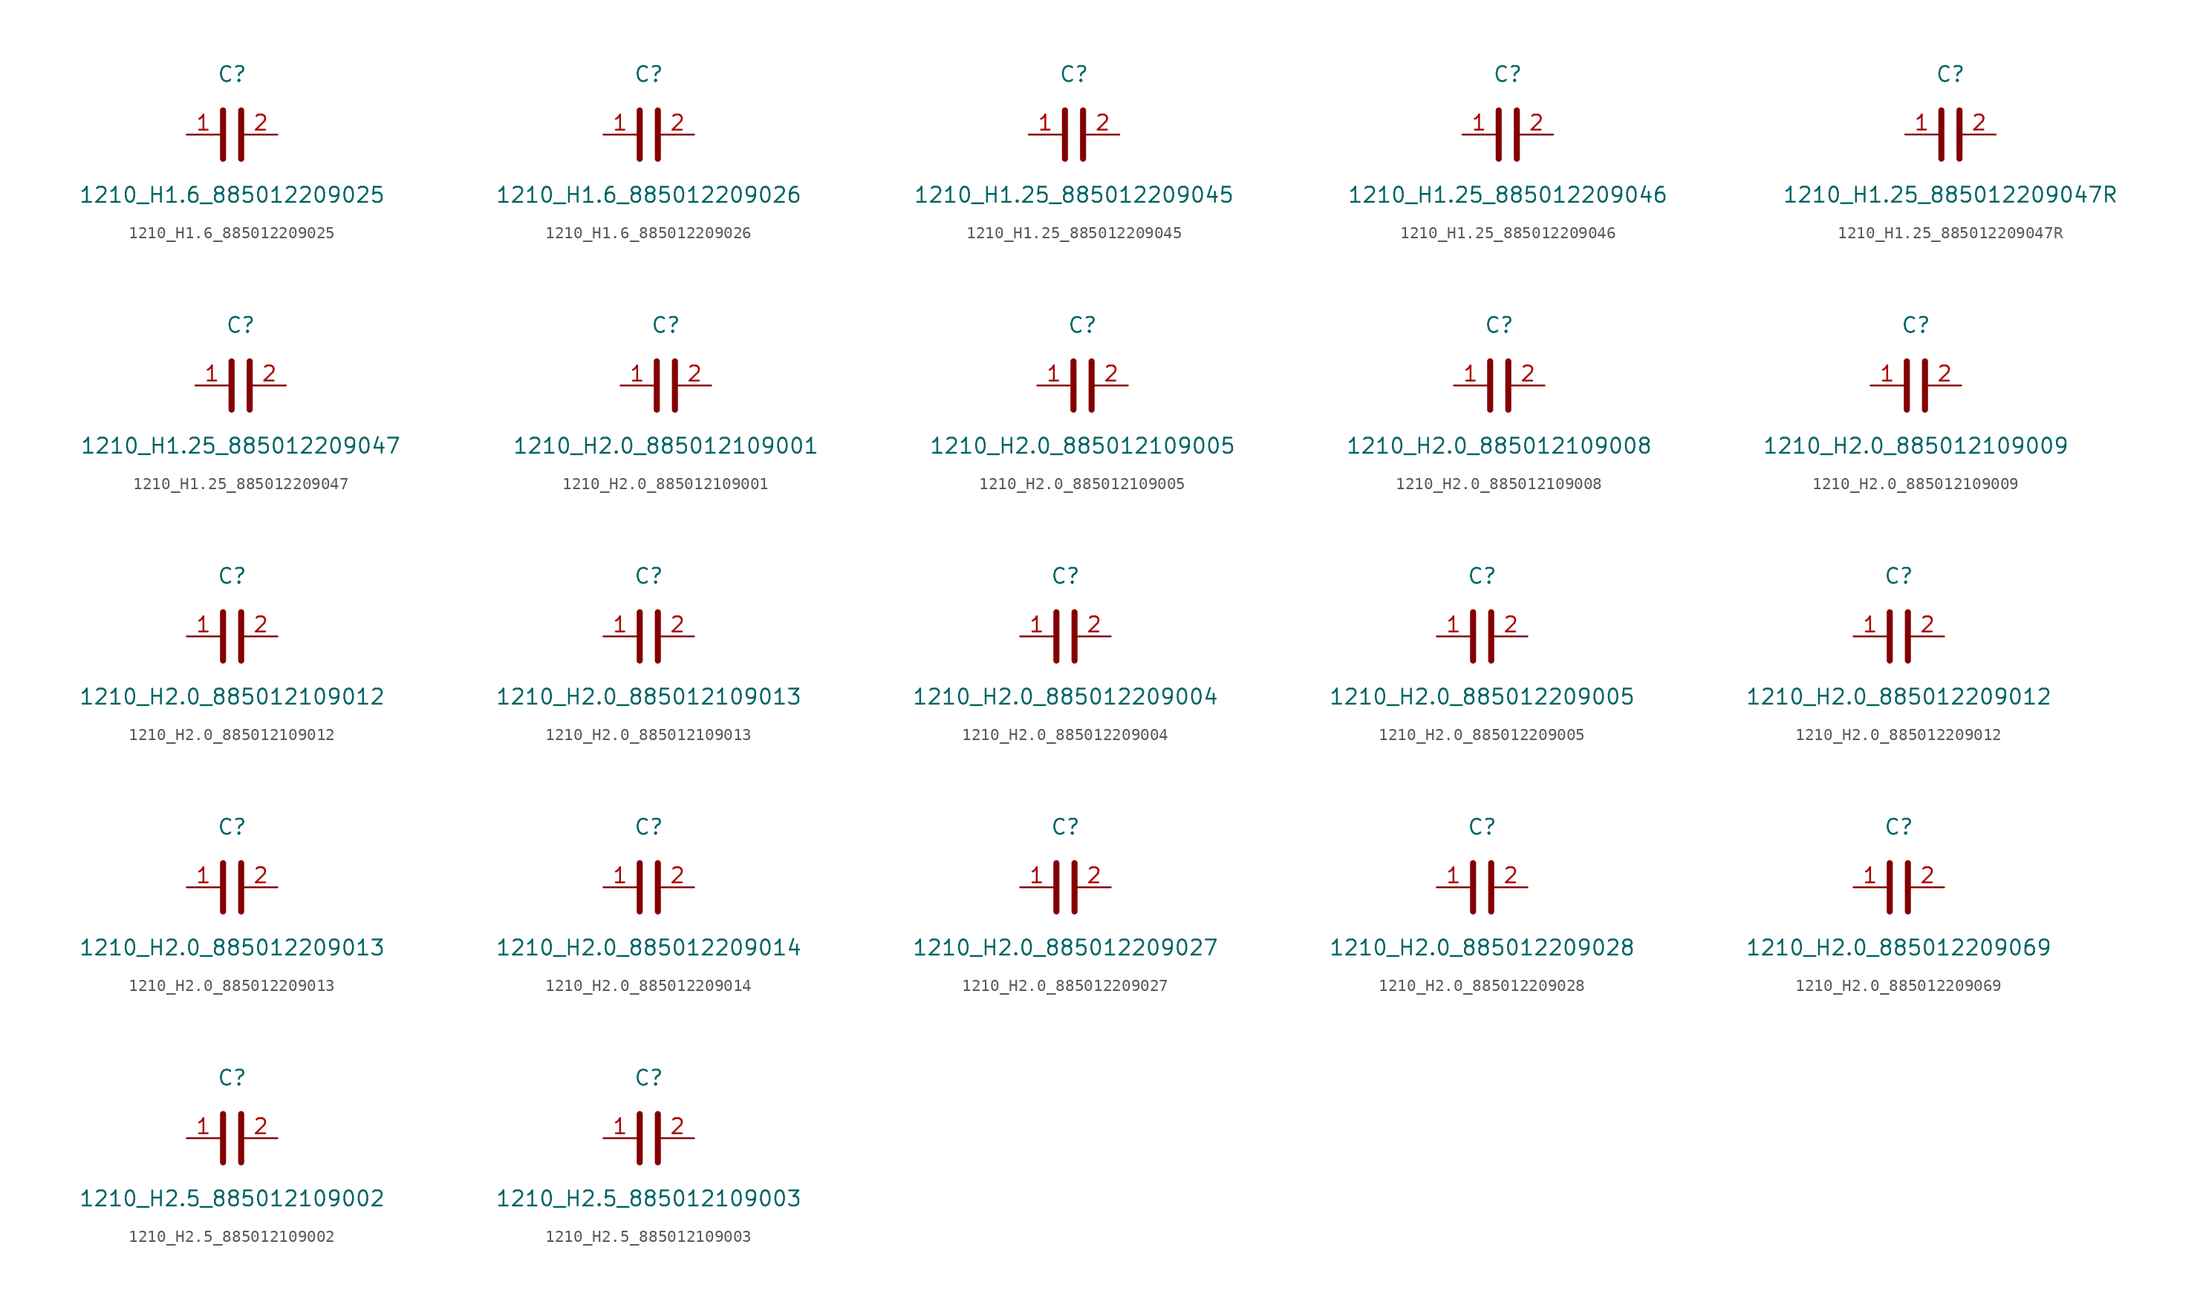
<source format=kicad_sym>
(kicad_symbol_lib
  (version 20220914)
  (generator kicad_symbol_editor)
  (symbol "1210_H1.6_885012209025"
    (pin_names hide)
    (property "Reference" "C"
      (at 0 5.08 0)
      (effects (font (size 1.27 1.27))))
    (property "Value" "1210_H1.6_885012209025"
      (at 0 -5.08 0)
      (effects (font (size 1.27 1.27))))
    (symbol "1210_H1.6_885012209025_0_1"
      (polyline (pts (xy -0.762 -2.032) (xy -0.762 2.032)) (stroke (width 0.508) (type default)) (fill (type none)))
      (polyline (pts (xy 0.762 -2.032) (xy 0.762 2.032)) (stroke (width 0.508) (type default)) (fill (type none))))
    (symbol "1210_H1.6_885012209025_1_1"
      (pin passive line (at -3.81 0 0) (length 2.794) (name "1" (effects (font (size 1.27 1.27)))) (number "1" (effects (font (size 1.27 1.27)))))
      (pin passive line (at 3.81 0 180) (length 2.794) (name "2" (effects (font (size 1.27 1.27)))) (number "2" (effects (font (size 1.27 1.27)))))))
  (symbol "1210_H1.6_885012209026"
    (pin_names hide)
    (property "Reference" "C"
      (at 0 5.08 0)
      (effects (font (size 1.27 1.27))))
    (property "Value" "1210_H1.6_885012209026"
      (at 0 -5.08 0)
      (effects (font (size 1.27 1.27))))
    (symbol "1210_H1.6_885012209026_0_1"
      (polyline (pts (xy -0.762 -2.032) (xy -0.762 2.032)) (stroke (width 0.508) (type default)) (fill (type none)))
      (polyline (pts (xy 0.762 -2.032) (xy 0.762 2.032)) (stroke (width 0.508) (type default)) (fill (type none))))
    (symbol "1210_H1.6_885012209026_1_1"
      (pin passive line (at -3.81 0 0) (length 2.794) (name "1" (effects (font (size 1.27 1.27)))) (number "1" (effects (font (size 1.27 1.27)))))
      (pin passive line (at 3.81 0 180) (length 2.794) (name "2" (effects (font (size 1.27 1.27)))) (number "2" (effects (font (size 1.27 1.27)))))))
  (symbol "1210_H1.25_885012209045"
    (pin_names hide)
    (property "Reference" "C"
      (at 0 5.08 0)
      (effects (font (size 1.27 1.27))))
    (property "Value" "1210_H1.25_885012209045"
      (at 0 -5.08 0)
      (effects (font (size 1.27 1.27))))
    (symbol "1210_H1.25_885012209045_0_1"
      (polyline (pts (xy -0.762 -2.032) (xy -0.762 2.032)) (stroke (width 0.508) (type default)) (fill (type none)))
      (polyline (pts (xy 0.762 -2.032) (xy 0.762 2.032)) (stroke (width 0.508) (type default)) (fill (type none))))
    (symbol "1210_H1.25_885012209045_1_1"
      (pin passive line (at -3.81 0 0) (length 2.794) (name "1" (effects (font (size 1.27 1.27)))) (number "1" (effects (font (size 1.27 1.27)))))
      (pin passive line (at 3.81 0 180) (length 2.794) (name "2" (effects (font (size 1.27 1.27)))) (number "2" (effects (font (size 1.27 1.27)))))))
  (symbol "1210_H1.25_885012209046"
    (pin_names hide)
    (property "Reference" "C"
      (at 0 5.08 0)
      (effects (font (size 1.27 1.27))))
    (property "Value" "1210_H1.25_885012209046"
      (at 0 -5.08 0)
      (effects (font (size 1.27 1.27))))
    (symbol "1210_H1.25_885012209046_0_1"
      (polyline (pts (xy -0.762 -2.032) (xy -0.762 2.032)) (stroke (width 0.508) (type default)) (fill (type none)))
      (polyline (pts (xy 0.762 -2.032) (xy 0.762 2.032)) (stroke (width 0.508) (type default)) (fill (type none))))
    (symbol "1210_H1.25_885012209046_1_1"
      (pin passive line (at -3.81 0 0) (length 2.794) (name "1" (effects (font (size 1.27 1.27)))) (number "1" (effects (font (size 1.27 1.27)))))
      (pin passive line (at 3.81 0 180) (length 2.794) (name "2" (effects (font (size 1.27 1.27)))) (number "2" (effects (font (size 1.27 1.27)))))))
  (symbol "1210_H1.25_885012209047R"
    (pin_names hide)
    (property "Reference" "C"
      (at 0 5.08 0)
      (effects (font (size 1.27 1.27))))
    (property "Value" "1210_H1.25_885012209047R"
      (at 0 -5.08 0)
      (effects (font (size 1.27 1.27))))
    (symbol "1210_H1.25_885012209047R_0_1"
      (polyline (pts (xy -0.762 -2.032) (xy -0.762 2.032)) (stroke (width 0.508) (type default)) (fill (type none)))
      (polyline (pts (xy 0.762 -2.032) (xy 0.762 2.032)) (stroke (width 0.508) (type default)) (fill (type none))))
    (symbol "1210_H1.25_885012209047R_1_1"
      (pin passive line (at -3.81 0 0) (length 2.794) (name "1" (effects (font (size 1.27 1.27)))) (number "1" (effects (font (size 1.27 1.27)))))
      (pin passive line (at 3.81 0 180) (length 2.794) (name "2" (effects (font (size 1.27 1.27)))) (number "2" (effects (font (size 1.27 1.27)))))))
  (symbol "1210_H1.25_885012209047"
    (pin_names hide)
    (property "Reference" "C"
      (at 0 5.08 0)
      (effects (font (size 1.27 1.27))))
    (property "Value" "1210_H1.25_885012209047"
      (at 0 -5.08 0)
      (effects (font (size 1.27 1.27))))
    (symbol "1210_H1.25_885012209047_0_1"
      (polyline (pts (xy -0.762 -2.032) (xy -0.762 2.032)) (stroke (width 0.508) (type default)) (fill (type none)))
      (polyline (pts (xy 0.762 -2.032) (xy 0.762 2.032)) (stroke (width 0.508) (type default)) (fill (type none))))
    (symbol "1210_H1.25_885012209047_1_1"
      (pin passive line (at -3.81 0 0) (length 2.794) (name "1" (effects (font (size 1.27 1.27)))) (number "1" (effects (font (size 1.27 1.27)))))
      (pin passive line (at 3.81 0 180) (length 2.794) (name "2" (effects (font (size 1.27 1.27)))) (number "2" (effects (font (size 1.27 1.27)))))))
  (symbol "1210_H2.0_885012109001"
    (pin_names hide)
    (property "Reference" "C"
      (at 0 5.08 0)
      (effects (font (size 1.27 1.27))))
    (property "Value" "1210_H2.0_885012109001"
      (at 0 -5.08 0)
      (effects (font (size 1.27 1.27))))
    (symbol "1210_H2.0_885012109001_0_1"
      (polyline (pts (xy -0.762 -2.032) (xy -0.762 2.032)) (stroke (width 0.508) (type default)) (fill (type none)))
      (polyline (pts (xy 0.762 -2.032) (xy 0.762 2.032)) (stroke (width 0.508) (type default)) (fill (type none))))
    (symbol "1210_H2.0_885012109001_1_1"
      (pin passive line (at -3.81 0 0) (length 2.794) (name "1" (effects (font (size 1.27 1.27)))) (number "1" (effects (font (size 1.27 1.27)))))
      (pin passive line (at 3.81 0 180) (length 2.794) (name "2" (effects (font (size 1.27 1.27)))) (number "2" (effects (font (size 1.27 1.27)))))))
  (symbol "1210_H2.0_885012109005"
    (pin_names hide)
    (property "Reference" "C"
      (at 0 5.08 0)
      (effects (font (size 1.27 1.27))))
    (property "Value" "1210_H2.0_885012109005"
      (at 0 -5.08 0)
      (effects (font (size 1.27 1.27))))
    (symbol "1210_H2.0_885012109005_0_1"
      (polyline (pts (xy -0.762 -2.032) (xy -0.762 2.032)) (stroke (width 0.508) (type default)) (fill (type none)))
      (polyline (pts (xy 0.762 -2.032) (xy 0.762 2.032)) (stroke (width 0.508) (type default)) (fill (type none))))
    (symbol "1210_H2.0_885012109005_1_1"
      (pin passive line (at -3.81 0 0) (length 2.794) (name "1" (effects (font (size 1.27 1.27)))) (number "1" (effects (font (size 1.27 1.27)))))
      (pin passive line (at 3.81 0 180) (length 2.794) (name "2" (effects (font (size 1.27 1.27)))) (number "2" (effects (font (size 1.27 1.27)))))))
  (symbol "1210_H2.0_885012109008"
    (pin_names hide)
    (property "Reference" "C"
      (at 0 5.08 0)
      (effects (font (size 1.27 1.27))))
    (property "Value" "1210_H2.0_885012109008"
      (at 0 -5.08 0)
      (effects (font (size 1.27 1.27))))
    (symbol "1210_H2.0_885012109008_0_1"
      (polyline (pts (xy -0.762 -2.032) (xy -0.762 2.032)) (stroke (width 0.508) (type default)) (fill (type none)))
      (polyline (pts (xy 0.762 -2.032) (xy 0.762 2.032)) (stroke (width 0.508) (type default)) (fill (type none))))
    (symbol "1210_H2.0_885012109008_1_1"
      (pin passive line (at -3.81 0 0) (length 2.794) (name "1" (effects (font (size 1.27 1.27)))) (number "1" (effects (font (size 1.27 1.27)))))
      (pin passive line (at 3.81 0 180) (length 2.794) (name "2" (effects (font (size 1.27 1.27)))) (number "2" (effects (font (size 1.27 1.27)))))))
  (symbol "1210_H2.0_885012109009"
    (pin_names hide)
    (property "Reference" "C"
      (at 0 5.08 0)
      (effects (font (size 1.27 1.27))))
    (property "Value" "1210_H2.0_885012109009"
      (at 0 -5.08 0)
      (effects (font (size 1.27 1.27))))
    (symbol "1210_H2.0_885012109009_0_1"
      (polyline (pts (xy -0.762 -2.032) (xy -0.762 2.032)) (stroke (width 0.508) (type default)) (fill (type none)))
      (polyline (pts (xy 0.762 -2.032) (xy 0.762 2.032)) (stroke (width 0.508) (type default)) (fill (type none))))
    (symbol "1210_H2.0_885012109009_1_1"
      (pin passive line (at -3.81 0 0) (length 2.794) (name "1" (effects (font (size 1.27 1.27)))) (number "1" (effects (font (size 1.27 1.27)))))
      (pin passive line (at 3.81 0 180) (length 2.794) (name "2" (effects (font (size 1.27 1.27)))) (number "2" (effects (font (size 1.27 1.27)))))))
  (symbol "1210_H2.0_885012109012"
    (pin_names hide)
    (property "Reference" "C"
      (at 0 5.08 0)
      (effects (font (size 1.27 1.27))))
    (property "Value" "1210_H2.0_885012109012"
      (at 0 -5.08 0)
      (effects (font (size 1.27 1.27))))
    (symbol "1210_H2.0_885012109012_0_1"
      (polyline (pts (xy -0.762 -2.032) (xy -0.762 2.032)) (stroke (width 0.508) (type default)) (fill (type none)))
      (polyline (pts (xy 0.762 -2.032) (xy 0.762 2.032)) (stroke (width 0.508) (type default)) (fill (type none))))
    (symbol "1210_H2.0_885012109012_1_1"
      (pin passive line (at -3.81 0 0) (length 2.794) (name "1" (effects (font (size 1.27 1.27)))) (number "1" (effects (font (size 1.27 1.27)))))
      (pin passive line (at 3.81 0 180) (length 2.794) (name "2" (effects (font (size 1.27 1.27)))) (number "2" (effects (font (size 1.27 1.27)))))))
  (symbol "1210_H2.0_885012109013"
    (pin_names hide)
    (property "Reference" "C"
      (at 0 5.08 0)
      (effects (font (size 1.27 1.27))))
    (property "Value" "1210_H2.0_885012109013"
      (at 0 -5.08 0)
      (effects (font (size 1.27 1.27))))
    (symbol "1210_H2.0_885012109013_0_1"
      (polyline (pts (xy -0.762 -2.032) (xy -0.762 2.032)) (stroke (width 0.508) (type default)) (fill (type none)))
      (polyline (pts (xy 0.762 -2.032) (xy 0.762 2.032)) (stroke (width 0.508) (type default)) (fill (type none))))
    (symbol "1210_H2.0_885012109013_1_1"
      (pin passive line (at -3.81 0 0) (length 2.794) (name "1" (effects (font (size 1.27 1.27)))) (number "1" (effects (font (size 1.27 1.27)))))
      (pin passive line (at 3.81 0 180) (length 2.794) (name "2" (effects (font (size 1.27 1.27)))) (number "2" (effects (font (size 1.27 1.27)))))))
  (symbol "1210_H2.0_885012209004"
    (pin_names hide)
    (property "Reference" "C"
      (at 0 5.08 0)
      (effects (font (size 1.27 1.27))))
    (property "Value" "1210_H2.0_885012209004"
      (at 0 -5.08 0)
      (effects (font (size 1.27 1.27))))
    (symbol "1210_H2.0_885012209004_0_1"
      (polyline (pts (xy -0.762 -2.032) (xy -0.762 2.032)) (stroke (width 0.508) (type default)) (fill (type none)))
      (polyline (pts (xy 0.762 -2.032) (xy 0.762 2.032)) (stroke (width 0.508) (type default)) (fill (type none))))
    (symbol "1210_H2.0_885012209004_1_1"
      (pin passive line (at -3.81 0 0) (length 2.794) (name "1" (effects (font (size 1.27 1.27)))) (number "1" (effects (font (size 1.27 1.27)))))
      (pin passive line (at 3.81 0 180) (length 2.794) (name "2" (effects (font (size 1.27 1.27)))) (number "2" (effects (font (size 1.27 1.27)))))))
  (symbol "1210_H2.0_885012209005"
    (pin_names hide)
    (property "Reference" "C"
      (at 0 5.08 0)
      (effects (font (size 1.27 1.27))))
    (property "Value" "1210_H2.0_885012209005"
      (at 0 -5.08 0)
      (effects (font (size 1.27 1.27))))
    (symbol "1210_H2.0_885012209005_0_1"
      (polyline (pts (xy -0.762 -2.032) (xy -0.762 2.032)) (stroke (width 0.508) (type default)) (fill (type none)))
      (polyline (pts (xy 0.762 -2.032) (xy 0.762 2.032)) (stroke (width 0.508) (type default)) (fill (type none))))
    (symbol "1210_H2.0_885012209005_1_1"
      (pin passive line (at -3.81 0 0) (length 2.794) (name "1" (effects (font (size 1.27 1.27)))) (number "1" (effects (font (size 1.27 1.27)))))
      (pin passive line (at 3.81 0 180) (length 2.794) (name "2" (effects (font (size 1.27 1.27)))) (number "2" (effects (font (size 1.27 1.27)))))))
  (symbol "1210_H2.0_885012209012"
    (pin_names hide)
    (property "Reference" "C"
      (at 0 5.08 0)
      (effects (font (size 1.27 1.27))))
    (property "Value" "1210_H2.0_885012209012"
      (at 0 -5.08 0)
      (effects (font (size 1.27 1.27))))
    (symbol "1210_H2.0_885012209012_0_1"
      (polyline (pts (xy -0.762 -2.032) (xy -0.762 2.032)) (stroke (width 0.508) (type default)) (fill (type none)))
      (polyline (pts (xy 0.762 -2.032) (xy 0.762 2.032)) (stroke (width 0.508) (type default)) (fill (type none))))
    (symbol "1210_H2.0_885012209012_1_1"
      (pin passive line (at -3.81 0 0) (length 2.794) (name "1" (effects (font (size 1.27 1.27)))) (number "1" (effects (font (size 1.27 1.27)))))
      (pin passive line (at 3.81 0 180) (length 2.794) (name "2" (effects (font (size 1.27 1.27)))) (number "2" (effects (font (size 1.27 1.27)))))))
  (symbol "1210_H2.0_885012209013"
    (pin_names hide)
    (property "Reference" "C"
      (at 0 5.08 0)
      (effects (font (size 1.27 1.27))))
    (property "Value" "1210_H2.0_885012209013"
      (at 0 -5.08 0)
      (effects (font (size 1.27 1.27))))
    (symbol "1210_H2.0_885012209013_0_1"
      (polyline (pts (xy -0.762 -2.032) (xy -0.762 2.032)) (stroke (width 0.508) (type default)) (fill (type none)))
      (polyline (pts (xy 0.762 -2.032) (xy 0.762 2.032)) (stroke (width 0.508) (type default)) (fill (type none))))
    (symbol "1210_H2.0_885012209013_1_1"
      (pin passive line (at -3.81 0 0) (length 2.794) (name "1" (effects (font (size 1.27 1.27)))) (number "1" (effects (font (size 1.27 1.27)))))
      (pin passive line (at 3.81 0 180) (length 2.794) (name "2" (effects (font (size 1.27 1.27)))) (number "2" (effects (font (size 1.27 1.27)))))))
  (symbol "1210_H2.0_885012209014"
    (pin_names hide)
    (property "Reference" "C"
      (at 0 5.08 0)
      (effects (font (size 1.27 1.27))))
    (property "Value" "1210_H2.0_885012209014"
      (at 0 -5.08 0)
      (effects (font (size 1.27 1.27))))
    (symbol "1210_H2.0_885012209014_0_1"
      (polyline (pts (xy -0.762 -2.032) (xy -0.762 2.032)) (stroke (width 0.508) (type default)) (fill (type none)))
      (polyline (pts (xy 0.762 -2.032) (xy 0.762 2.032)) (stroke (width 0.508) (type default)) (fill (type none))))
    (symbol "1210_H2.0_885012209014_1_1"
      (pin passive line (at -3.81 0 0) (length 2.794) (name "1" (effects (font (size 1.27 1.27)))) (number "1" (effects (font (size 1.27 1.27)))))
      (pin passive line (at 3.81 0 180) (length 2.794) (name "2" (effects (font (size 1.27 1.27)))) (number "2" (effects (font (size 1.27 1.27)))))))
  (symbol "1210_H2.0_885012209027"
    (pin_names hide)
    (property "Reference" "C"
      (at 0 5.08 0)
      (effects (font (size 1.27 1.27))))
    (property "Value" "1210_H2.0_885012209027"
      (at 0 -5.08 0)
      (effects (font (size 1.27 1.27))))
    (symbol "1210_H2.0_885012209027_0_1"
      (polyline (pts (xy -0.762 -2.032) (xy -0.762 2.032)) (stroke (width 0.508) (type default)) (fill (type none)))
      (polyline (pts (xy 0.762 -2.032) (xy 0.762 2.032)) (stroke (width 0.508) (type default)) (fill (type none))))
    (symbol "1210_H2.0_885012209027_1_1"
      (pin passive line (at -3.81 0 0) (length 2.794) (name "1" (effects (font (size 1.27 1.27)))) (number "1" (effects (font (size 1.27 1.27)))))
      (pin passive line (at 3.81 0 180) (length 2.794) (name "2" (effects (font (size 1.27 1.27)))) (number "2" (effects (font (size 1.27 1.27)))))))
  (symbol "1210_H2.0_885012209028"
    (pin_names hide)
    (property "Reference" "C"
      (at 0 5.08 0)
      (effects (font (size 1.27 1.27))))
    (property "Value" "1210_H2.0_885012209028"
      (at 0 -5.08 0)
      (effects (font (size 1.27 1.27))))
    (symbol "1210_H2.0_885012209028_0_1"
      (polyline (pts (xy -0.762 -2.032) (xy -0.762 2.032)) (stroke (width 0.508) (type default)) (fill (type none)))
      (polyline (pts (xy 0.762 -2.032) (xy 0.762 2.032)) (stroke (width 0.508) (type default)) (fill (type none))))
    (symbol "1210_H2.0_885012209028_1_1"
      (pin passive line (at -3.81 0 0) (length 2.794) (name "1" (effects (font (size 1.27 1.27)))) (number "1" (effects (font (size 1.27 1.27)))))
      (pin passive line (at 3.81 0 180) (length 2.794) (name "2" (effects (font (size 1.27 1.27)))) (number "2" (effects (font (size 1.27 1.27)))))))
  (symbol "1210_H2.0_885012209069"
    (pin_names hide)
    (property "Reference" "C"
      (at 0 5.08 0)
      (effects (font (size 1.27 1.27))))
    (property "Value" "1210_H2.0_885012209069"
      (at 0 -5.08 0)
      (effects (font (size 1.27 1.27))))
    (symbol "1210_H2.0_885012209069_0_1"
      (polyline (pts (xy -0.762 -2.032) (xy -0.762 2.032)) (stroke (width 0.508) (type default)) (fill (type none)))
      (polyline (pts (xy 0.762 -2.032) (xy 0.762 2.032)) (stroke (width 0.508) (type default)) (fill (type none))))
    (symbol "1210_H2.0_885012209069_1_1"
      (pin passive line (at -3.81 0 0) (length 2.794) (name "1" (effects (font (size 1.27 1.27)))) (number "1" (effects (font (size 1.27 1.27)))))
      (pin passive line (at 3.81 0 180) (length 2.794) (name "2" (effects (font (size 1.27 1.27)))) (number "2" (effects (font (size 1.27 1.27)))))))
  (symbol "1210_H2.5_885012109002"
    (pin_names hide)
    (property "Reference" "C"
      (at 0 5.08 0)
      (effects (font (size 1.27 1.27))))
    (property "Value" "1210_H2.5_885012109002"
      (at 0 -5.08 0)
      (effects (font (size 1.27 1.27))))
    (symbol "1210_H2.5_885012109002_0_1"
      (polyline (pts (xy -0.762 -2.032) (xy -0.762 2.032)) (stroke (width 0.508) (type default)) (fill (type none)))
      (polyline (pts (xy 0.762 -2.032) (xy 0.762 2.032)) (stroke (width 0.508) (type default)) (fill (type none))))
    (symbol "1210_H2.5_885012109002_1_1"
      (pin passive line (at -3.81 0 0) (length 2.794) (name "1" (effects (font (size 1.27 1.27)))) (number "1" (effects (font (size 1.27 1.27)))))
      (pin passive line (at 3.81 0 180) (length 2.794) (name "2" (effects (font (size 1.27 1.27)))) (number "2" (effects (font (size 1.27 1.27)))))))
  (symbol "1210_H2.5_885012109003"
    (pin_names hide)
    (property "Reference" "C"
      (at 0 5.08 0)
      (effects (font (size 1.27 1.27))))
    (property "Value" "1210_H2.5_885012109003"
      (at 0 -5.08 0)
      (effects (font (size 1.27 1.27))))
    (symbol "1210_H2.5_885012109003_0_1"
      (polyline (pts (xy -0.762 -2.032) (xy -0.762 2.032)) (stroke (width 0.508) (type default)) (fill (type none)))
      (polyline (pts (xy 0.762 -2.032) (xy 0.762 2.032)) (stroke (width 0.508) (type default)) (fill (type none))))
    (symbol "1210_H2.5_885012109003_1_1"
      (pin passive line (at -3.81 0 0) (length 2.794) (name "1" (effects (font (size 1.27 1.27)))) (number "1" (effects (font (size 1.27 1.27)))))
      (pin passive line (at 3.81 0 180) (length 2.794) (name "2" (effects (font (size 1.27 1.27)))) (number "2" (effects (font (size 1.27 1.27))))))))
</source>
